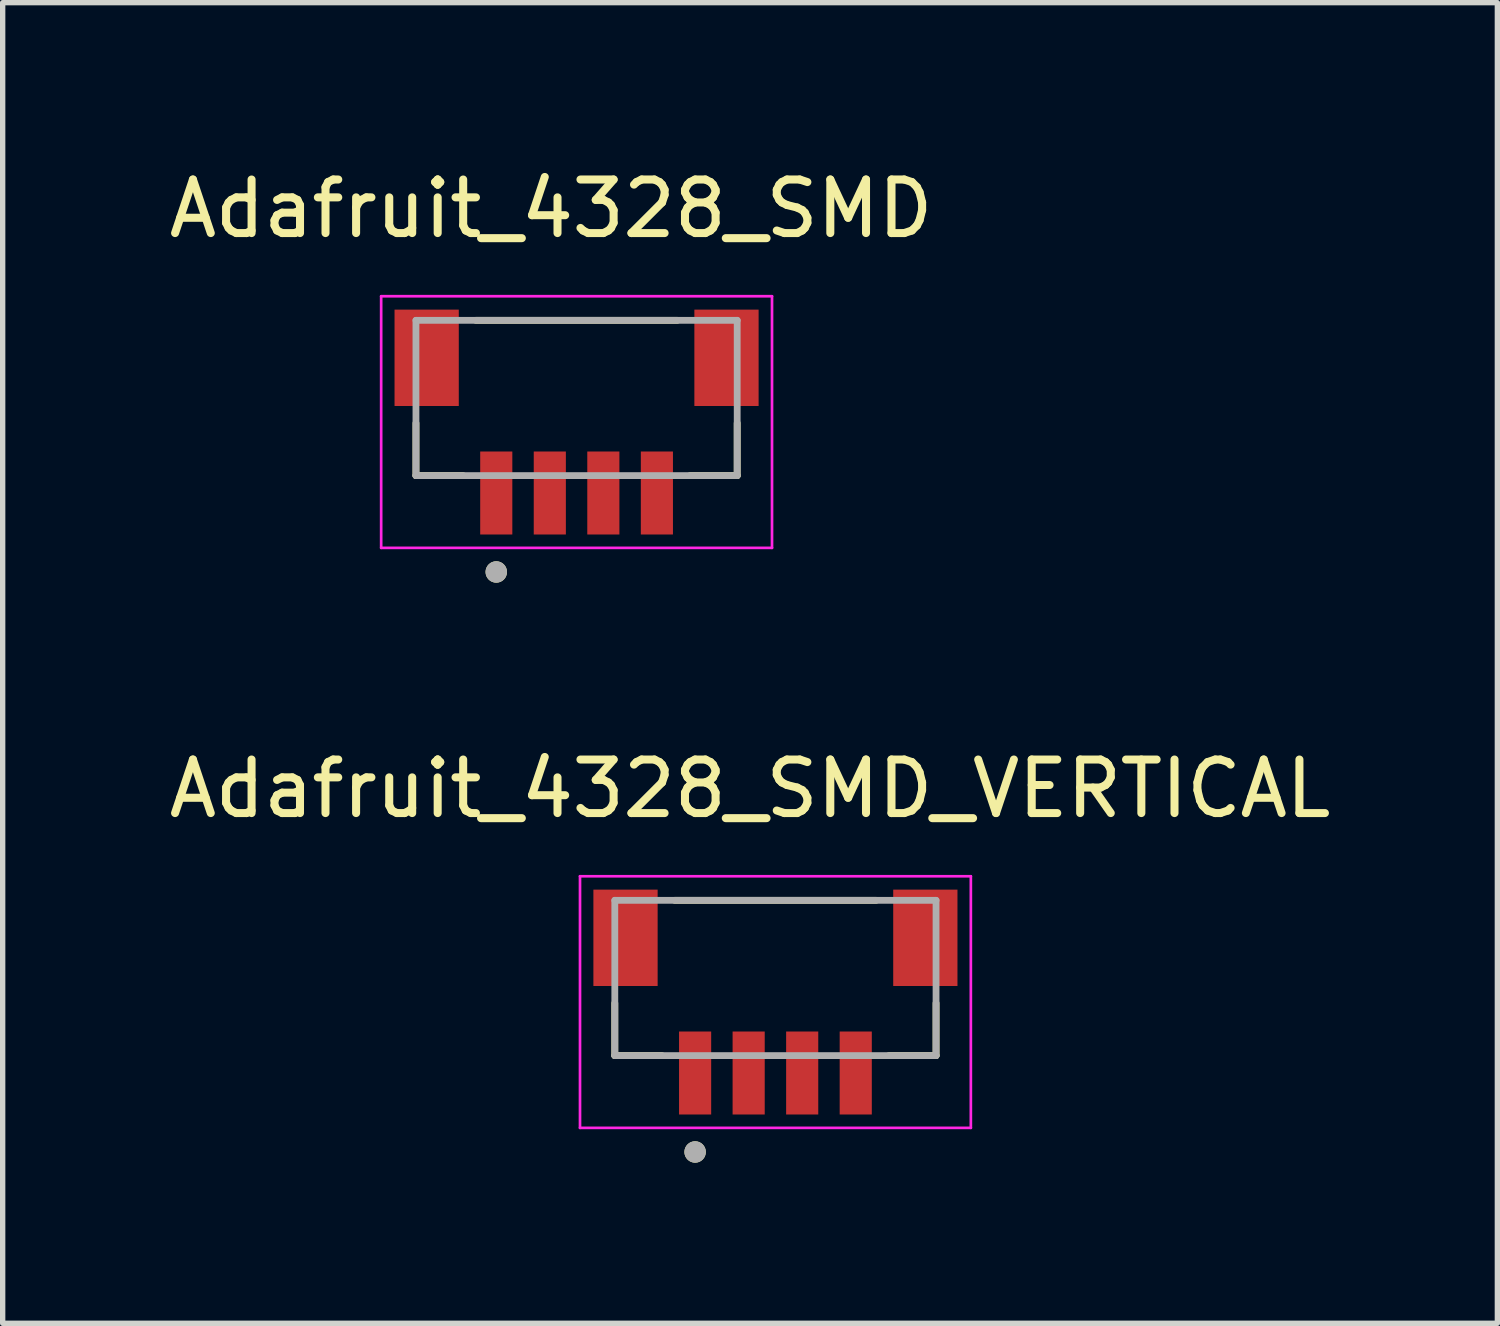
<source format=kicad_pcb>
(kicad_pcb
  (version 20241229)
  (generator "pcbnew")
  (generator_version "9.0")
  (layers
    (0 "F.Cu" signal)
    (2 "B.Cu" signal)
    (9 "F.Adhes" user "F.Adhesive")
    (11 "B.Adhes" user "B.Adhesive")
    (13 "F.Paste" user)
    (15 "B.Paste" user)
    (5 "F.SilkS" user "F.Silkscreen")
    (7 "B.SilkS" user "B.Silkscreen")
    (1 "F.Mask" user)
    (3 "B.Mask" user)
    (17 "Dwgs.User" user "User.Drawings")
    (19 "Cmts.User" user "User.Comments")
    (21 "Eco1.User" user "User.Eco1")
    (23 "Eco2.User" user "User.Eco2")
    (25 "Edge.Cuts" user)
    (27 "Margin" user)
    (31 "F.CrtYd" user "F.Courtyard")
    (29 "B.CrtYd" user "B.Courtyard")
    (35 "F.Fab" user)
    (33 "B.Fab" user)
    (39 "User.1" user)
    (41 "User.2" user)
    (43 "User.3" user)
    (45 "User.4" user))
  (footprint "Adafruit_4328_SMD"
    (layer "F.Cu")
    (at 7.719 4.383)
    (property "Reference" "Adafruit_4328_SMD" (at -0.475 -3.535 0) (layer "F.SilkS") (effects (font (size 1 1) (thickness 0.15))))
    (attr smd)
    (fp_line (start -3 1.45) (end -3 0.47) (stroke (width 0.127) (type solid)) (layer "F.SilkS"))
    (fp_line (start -2.12 1.45) (end -3 1.45) (stroke (width 0.127) (type solid)) (layer "F.SilkS"))
    (fp_line (start -1.88 -1.45) (end 1.88 -1.45) (stroke (width 0.127) (type solid)) (layer "F.SilkS"))
    (fp_line (start 3 1.45) (end 2.12 1.45) (stroke (width 0.127) (type solid)) (layer "F.SilkS"))
    (fp_line (start 3 1.45) (end 3 0.47) (stroke (width 0.127) (type solid)) (layer "F.SilkS"))
    (fp_circle (center -1.5 3.25) (end -1.4 3.25) (stroke (width 0.2) (type solid)) (fill no) (layer "F.SilkS"))
    (fp_line (start -3.65 -1.9) (end -3.65 2.8) (stroke (width 0.05) (type solid)) (layer "F.CrtYd"))
    (fp_line (start -3.65 2.8) (end 3.65 2.8) (stroke (width 0.05) (type solid)) (layer "F.CrtYd"))
    (fp_line (start 3.65 -1.9) (end -3.65 -1.9) (stroke (width 0.05) (type solid)) (layer "F.CrtYd"))
    (fp_line (start 3.65 2.8) (end 3.65 -1.9) (stroke (width 0.05) (type solid)) (layer "F.CrtYd"))
    (fp_line (start -3 -1.45) (end 3 -1.45) (stroke (width 0.127) (type solid)) (layer "F.Fab"))
    (fp_line (start -3 1.45) (end -3 -1.45) (stroke (width 0.127) (type solid)) (layer "F.Fab"))
    (fp_line (start 3 -1.45) (end 3 1.45) (stroke (width 0.127) (type solid)) (layer "F.Fab"))
    (fp_line (start 3 1.45) (end -3 1.45) (stroke (width 0.127) (type solid)) (layer "F.Fab"))
    (fp_circle (center -1.5 3.25) (end -1.4 3.25) (stroke (width 0.2) (type solid)) (fill no) (layer "F.Fab"))
    (pad "1" smd rect (at -1.5 1.775) (size 0.6 1.55) (layers "F.Cu" "F.Mask" "F.Paste"))
    (pad "2" smd rect (at -0.5 1.775) (size 0.6 1.55) (layers "F.Cu" "F.Mask" "F.Paste"))
    (pad "3" smd rect (at 0.5 1.775) (size 0.6 1.55) (layers "F.Cu" "F.Mask" "F.Paste"))
    (pad "4" smd rect (at 1.5 1.775) (size 0.6 1.55) (layers "F.Cu" "F.Mask" "F.Paste"))
    (pad "SH1" smd rect (at -2.8 -0.75) (size 1.2 1.8) (layers "F.Cu" "F.Mask" "F.Paste"))
    (pad "SH2" smd rect (at 2.8 -0.75) (size 1.2 1.8) (layers "F.Cu" "F.Mask" "F.Paste")))
  (footprint "Adafruit_4328_SMD_VERTICAL"
    (layer "F.Cu")
    (at 11.433 15.216)
    (property "Reference" "Adafruit_4328_SMD_VERTICAL" (at -0.475 -3.535 0) (layer "F.SilkS") (effects (font (size 1 1) (thickness 0.15))))
    (attr smd)
    (fp_line (start -3 1.45) (end -3 0.47) (stroke (width 0.127) (type solid)) (layer "F.SilkS"))
    (fp_line (start -2.12 1.45) (end -3 1.45) (stroke (width 0.127) (type solid)) (layer "F.SilkS"))
    (fp_line (start -1.88 -1.45) (end 1.88 -1.45) (stroke (width 0.127) (type solid)) (layer "F.SilkS"))
    (fp_line (start 3 1.45) (end 2.12 1.45) (stroke (width 0.127) (type solid)) (layer "F.SilkS"))
    (fp_line (start 3 1.45) (end 3 0.47) (stroke (width 0.127) (type solid)) (layer "F.SilkS"))
    (fp_circle (center -1.5 3.25) (end -1.4 3.25) (stroke (width 0.2) (type solid)) (fill no) (layer "F.SilkS"))
    (fp_line (start -3.65 -1.9) (end -3.65 2.8) (stroke (width 0.05) (type solid)) (layer "F.CrtYd"))
    (fp_line (start -3.65 2.8) (end 3.65 2.8) (stroke (width 0.05) (type solid)) (layer "F.CrtYd"))
    (fp_line (start 3.65 -1.9) (end -3.65 -1.9) (stroke (width 0.05) (type solid)) (layer "F.CrtYd"))
    (fp_line (start 3.65 2.8) (end 3.65 -1.9) (stroke (width 0.05) (type solid)) (layer "F.CrtYd"))
    (fp_line (start -3 -1.45) (end 3 -1.45) (stroke (width 0.127) (type solid)) (layer "F.Fab"))
    (fp_line (start -3 1.45) (end -3 -1.45) (stroke (width 0.127) (type solid)) (layer "F.Fab"))
    (fp_line (start 3 -1.45) (end 3 1.45) (stroke (width 0.127) (type solid)) (layer "F.Fab"))
    (fp_line (start 3 1.45) (end -3 1.45) (stroke (width 0.127) (type solid)) (layer "F.Fab"))
    (fp_circle (center -1.5 3.25) (end -1.4 3.25) (stroke (width 0.2) (type solid)) (fill no) (layer "F.Fab"))
    (pad "1" smd rect (at -1.5 1.775) (size 0.6 1.55) (layers "F.Cu" "F.Mask" "F.Paste"))
    (pad "2" smd rect (at -0.5 1.775) (size 0.6 1.55) (layers "F.Cu" "F.Mask" "F.Paste"))
    (pad "3" smd rect (at 0.5 1.775) (size 0.6 1.55) (layers "F.Cu" "F.Mask" "F.Paste"))
    (pad "4" smd rect (at 1.5 1.775) (size 0.6 1.55) (layers "F.Cu" "F.Mask" "F.Paste"))
    (pad "SH1" smd rect (at -2.8 -0.75) (size 1.2 1.8) (layers "F.Cu" "F.Mask" "F.Paste"))
    (pad "SH2" smd rect (at 2.8 -0.75) (size 1.2 1.8) (layers "F.Cu" "F.Mask" "F.Paste")))
  (gr_rect
    (start -3 -3)
    (end 24.917 21.666)
    (stroke (width 0.1) (type default))
    (fill no)
    (layer "Edge.Cuts")))
</source>
